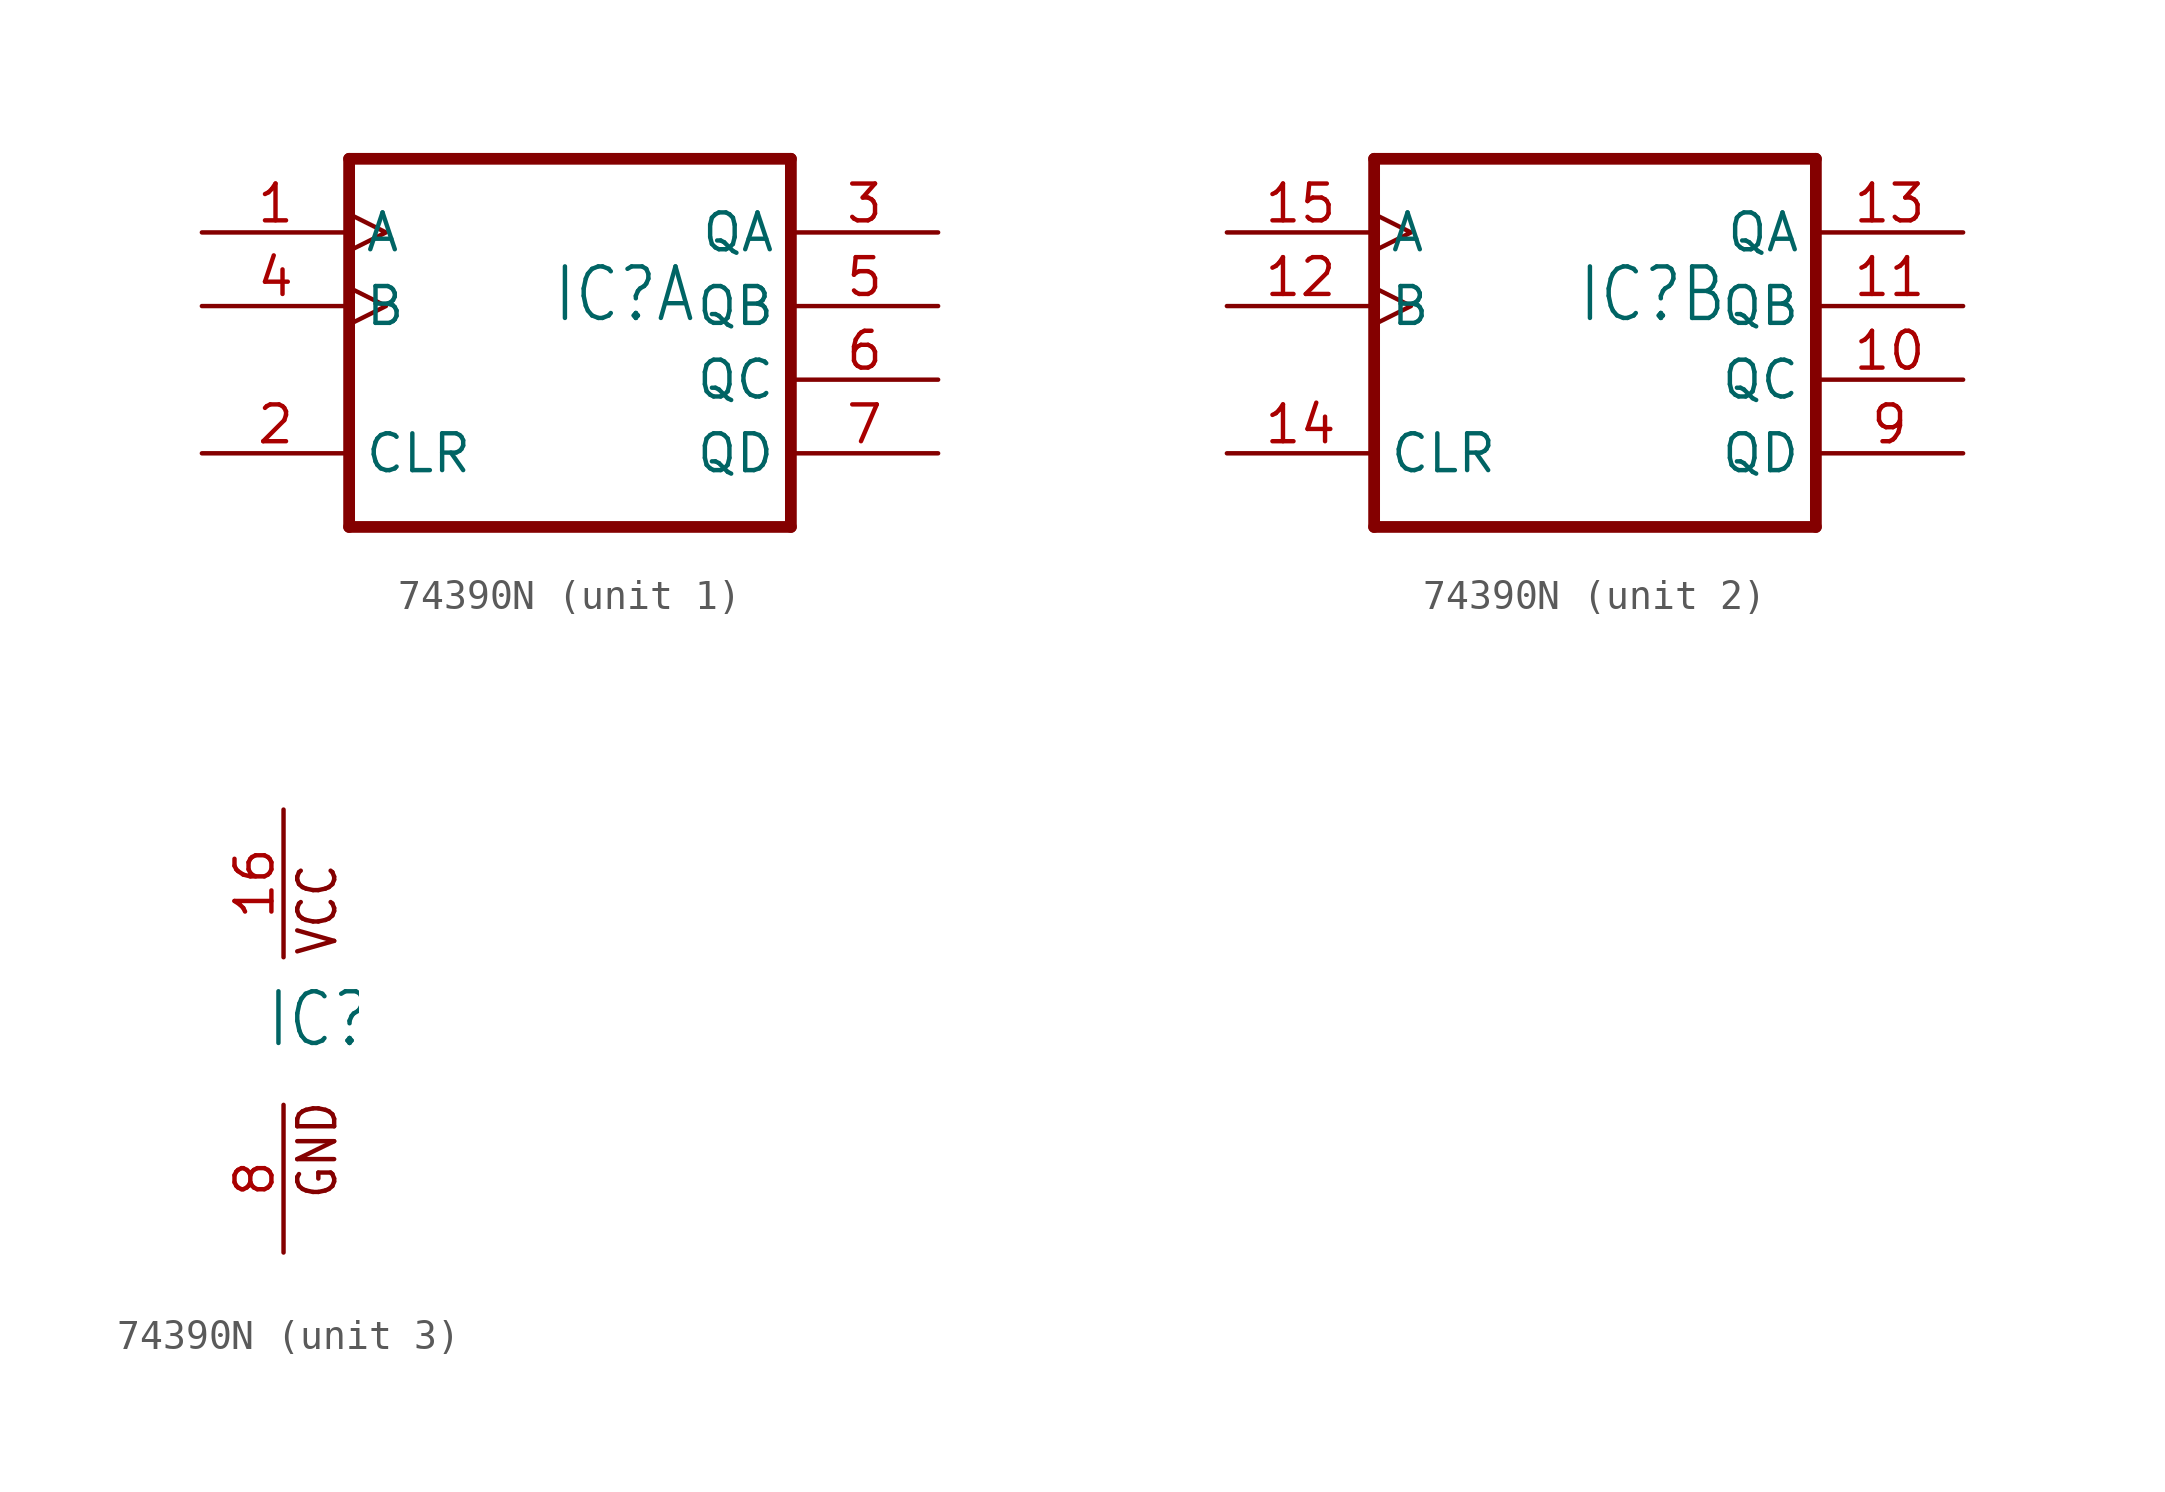
<source format=kicad_sym>
(kicad_symbol_lib
  (version 20220914)
  (generator kicad_symbol_editor)
  (symbol "74390N"
    (property "Reference" "IC"
      (at -0.635 -0.635 0)
      (effects (font (size 1.778 1.511)) (justify left bottom)))
    (property "ki_locked" ""
      (at 0 0 0)
      (effects (font (size 1.27 1.27))))
    (symbol "74390N_1_0"
      (polyline (pts (xy -7.62 -7.62) (xy 7.62 -7.62)) (stroke (width 0.406) (type solid)) (fill (type none)))
      (polyline (pts (xy -7.62 5.08) (xy -7.62 -7.62)) (stroke (width 0.406) (type solid)) (fill (type none)))
      (polyline (pts (xy 7.62 -7.62) (xy 7.62 5.08)) (stroke (width 0.406) (type solid)) (fill (type none)))
      (polyline (pts (xy 7.62 5.08) (xy -7.62 5.08)) (stroke (width 0.406) (type solid)) (fill (type none)))
      (pin input clock (at -12.7 2.54 0) (length 5.08) (name "A" (effects (font (size 1.27 1.27)))) (number "1" (effects (font (size 1.27 1.27)))))
      (pin input line (at -12.7 -5.08 0) (length 5.08) (name "CLR" (effects (font (size 1.27 1.27)))) (number "2" (effects (font (size 1.27 1.27)))))
      (pin output line (at 12.7 2.54 180) (length 5.08) (name "QA" (effects (font (size 1.27 1.27)))) (number "3" (effects (font (size 1.27 1.27)))))
      (pin input clock (at -12.7 0 0) (length 5.08) (name "B" (effects (font (size 1.27 1.27)))) (number "4" (effects (font (size 1.27 1.27)))))
      (pin output line (at 12.7 0 180) (length 5.08) (name "QB" (effects (font (size 1.27 1.27)))) (number "5" (effects (font (size 1.27 1.27)))))
      (pin output line (at 12.7 -2.54 180) (length 5.08) (name "QC" (effects (font (size 1.27 1.27)))) (number "6" (effects (font (size 1.27 1.27)))))
      (pin output line (at 12.7 -5.08 180) (length 5.08) (name "QD" (effects (font (size 1.27 1.27)))) (number "7" (effects (font (size 1.27 1.27))))))
    (symbol "74390N_2_0"
      (polyline (pts (xy -7.62 -7.62) (xy 7.62 -7.62)) (stroke (width 0.406) (type solid)) (fill (type none)))
      (polyline (pts (xy -7.62 5.08) (xy -7.62 -7.62)) (stroke (width 0.406) (type solid)) (fill (type none)))
      (polyline (pts (xy 7.62 -7.62) (xy 7.62 5.08)) (stroke (width 0.406) (type solid)) (fill (type none)))
      (polyline (pts (xy 7.62 5.08) (xy -7.62 5.08)) (stroke (width 0.406) (type solid)) (fill (type none)))
      (pin output line (at 12.7 -2.54 180) (length 5.08) (name "QC" (effects (font (size 1.27 1.27)))) (number "10" (effects (font (size 1.27 1.27)))))
      (pin output line (at 12.7 0 180) (length 5.08) (name "QB" (effects (font (size 1.27 1.27)))) (number "11" (effects (font (size 1.27 1.27)))))
      (pin input clock (at -12.7 0 0) (length 5.08) (name "B" (effects (font (size 1.27 1.27)))) (number "12" (effects (font (size 1.27 1.27)))))
      (pin output line (at 12.7 2.54 180) (length 5.08) (name "QA" (effects (font (size 1.27 1.27)))) (number "13" (effects (font (size 1.27 1.27)))))
      (pin input line (at -12.7 -5.08 0) (length 5.08) (name "CLR" (effects (font (size 1.27 1.27)))) (number "14" (effects (font (size 1.27 1.27)))))
      (pin input clock (at -12.7 2.54 0) (length 5.08) (name "A" (effects (font (size 1.27 1.27)))) (number "15" (effects (font (size 1.27 1.27)))))
      (pin output line (at 12.7 -5.08 180) (length 5.08) (name "QD" (effects (font (size 1.27 1.27)))) (number "9" (effects (font (size 1.27 1.27))))))
    (symbol "74390N_3_0"
      (text "GND" (at 1.905 -5.842 900) (effects (font (size 1.27 1.079)) (justify left bottom)))
      (text "VCC" (at 1.905 2.54 900) (effects (font (size 1.27 1.079)) (justify left bottom)))
      (pin power_in line (at 0 7.62 270) (length 5.08) (name "VCC" (effects (font (size 0 0)))) (number "16" (effects (font (size 1.27 1.27)))))
      (pin power_in line (at 0 -7.62 90) (length 5.08) (name "GND" (effects (font (size 0 0)))) (number "8" (effects (font (size 1.27 1.27))))))))
</source>
